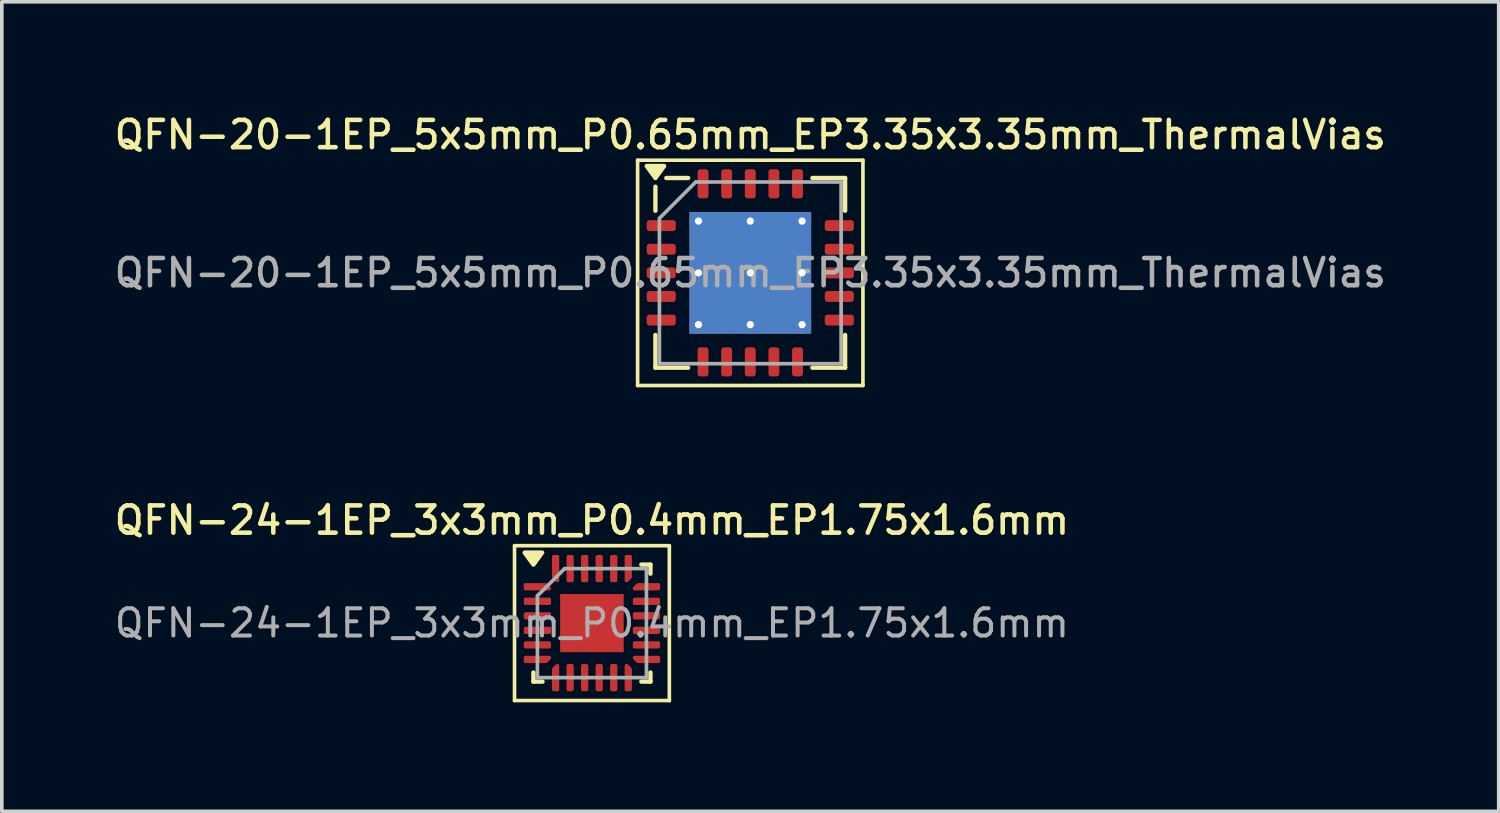
<source format=kicad_pcb>
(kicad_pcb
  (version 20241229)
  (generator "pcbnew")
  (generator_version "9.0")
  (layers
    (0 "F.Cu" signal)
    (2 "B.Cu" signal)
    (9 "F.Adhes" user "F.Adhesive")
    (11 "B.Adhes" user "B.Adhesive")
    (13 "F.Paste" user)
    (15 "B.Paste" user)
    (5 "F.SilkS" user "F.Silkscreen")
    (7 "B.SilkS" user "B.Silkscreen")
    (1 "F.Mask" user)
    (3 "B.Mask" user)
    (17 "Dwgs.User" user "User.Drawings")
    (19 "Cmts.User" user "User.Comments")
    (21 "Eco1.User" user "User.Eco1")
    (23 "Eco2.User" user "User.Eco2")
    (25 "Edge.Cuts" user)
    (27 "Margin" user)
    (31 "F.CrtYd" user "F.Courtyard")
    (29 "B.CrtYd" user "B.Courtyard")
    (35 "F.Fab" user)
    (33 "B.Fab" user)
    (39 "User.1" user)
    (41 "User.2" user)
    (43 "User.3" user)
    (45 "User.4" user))
  (footprint "QFN-20-1EP_5x5mm_P0.65mm_EP3.35x3.35mm_ThermalVias"
    (layer "F.Cu")
    (at 17.595 4.458)
    (property "Reference" "QFN-20-1EP_5x5mm_P0.65mm_EP3.35x3.35mm_ThermalVias" (at 0 -3.8 0) (layer "F.SilkS") (effects (font (size 0.75 0.75) (thickness 0.125))))
    (attr smd)
    (fp_line (start -3.1 -3.1) (end -3.1 3.1) (stroke (width 0.1) (type solid)) (layer "F.SilkS"))
    (fp_line (start -3.1 3.1) (end 3.1 3.1) (stroke (width 0.1) (type solid)) (layer "F.SilkS"))
    (fp_line (start -2.61 -1.71) (end -2.61 -2.37) (stroke (width 0.12) (type solid)) (layer "F.SilkS"))
    (fp_line (start -2.61 2.61) (end -2.61 1.71) (stroke (width 0.12) (type solid)) (layer "F.SilkS"))
    (fp_line (start -1.71 -2.61) (end -2.31 -2.61) (stroke (width 0.12) (type solid)) (layer "F.SilkS"))
    (fp_line (start -1.71 2.61) (end -2.61 2.61) (stroke (width 0.12) (type solid)) (layer "F.SilkS"))
    (fp_line (start 1.71 -2.61) (end 2.61 -2.61) (stroke (width 0.12) (type solid)) (layer "F.SilkS"))
    (fp_line (start 1.71 2.61) (end 2.61 2.61) (stroke (width 0.12) (type solid)) (layer "F.SilkS"))
    (fp_line (start 2.61 -2.61) (end 2.61 -1.71) (stroke (width 0.12) (type solid)) (layer "F.SilkS"))
    (fp_line (start 2.61 2.61) (end 2.61 1.71) (stroke (width 0.12) (type solid)) (layer "F.SilkS"))
    (fp_line (start 3.1 -3.1) (end -3.1 -3.1) (stroke (width 0.1) (type solid)) (layer "F.SilkS"))
    (fp_line (start 3.1 3.1) (end 3.1 -3.1) (stroke (width 0.1) (type solid)) (layer "F.SilkS"))
    (fp_poly (pts (xy -2.61 -2.61) (xy -2.85 -2.94) (xy -2.37 -2.94) (xy -2.61 -2.61)) (stroke (width 0.12) (type solid)) (fill yes) (layer "F.SilkS"))
    (fp_line (start -2.5 -1.5) (end -1.5 -2.5) (stroke (width 0.1) (type solid)) (layer "F.Fab"))
    (fp_line (start -2.5 2.5) (end -2.5 -1.5) (stroke (width 0.1) (type solid)) (layer "F.Fab"))
    (fp_line (start -1.5 -2.5) (end 2.5 -2.5) (stroke (width 0.1) (type solid)) (layer "F.Fab"))
    (fp_line (start 2.5 -2.5) (end 2.5 2.5) (stroke (width 0.1) (type solid)) (layer "F.Fab"))
    (fp_line (start 2.5 2.5) (end -2.5 2.5) (stroke (width 0.1) (type solid)) (layer "F.Fab"))
    (fp_text user "${REFERENCE}" (at 0 0 0) (layer "F.Fab") (effects (font (size 0.75 0.75) (thickness 0.125))))
    (pad "" smd roundrect (at -0.84 -0.84) (size 1.45 1.45) (layers "F.Paste") (roundrect_rratio 0.172))
    (pad "" smd roundrect (at -0.84 0.84) (size 1.45 1.45) (layers "F.Paste") (roundrect_rratio 0.172))
    (pad "" smd roundrect (at 0.84 -0.84) (size 1.45 1.45) (layers "F.Paste") (roundrect_rratio 0.172))
    (pad "" smd roundrect (at 0.84 0.84) (size 1.45 1.45) (layers "F.Paste") (roundrect_rratio 0.172))
    (pad "1" smd roundrect (at -2.45 -1.3) (size 0.8 0.3) (layers "F.Cu" "F.Mask" "F.Paste") (roundrect_rratio 0.25))
    (pad "2" smd roundrect (at -2.45 -0.65) (size 0.8 0.3) (layers "F.Cu" "F.Mask" "F.Paste") (roundrect_rratio 0.25))
    (pad "3" smd roundrect (at -2.45 0) (size 0.8 0.3) (layers "F.Cu" "F.Mask" "F.Paste") (roundrect_rratio 0.25))
    (pad "4" smd roundrect (at -2.45 0.65) (size 0.8 0.3) (layers "F.Cu" "F.Mask" "F.Paste") (roundrect_rratio 0.25))
    (pad "5" smd roundrect (at -2.45 1.3) (size 0.8 0.3) (layers "F.Cu" "F.Mask" "F.Paste") (roundrect_rratio 0.25))
    (pad "6" smd roundrect (at -1.3 2.45) (size 0.3 0.8) (layers "F.Cu" "F.Mask" "F.Paste") (roundrect_rratio 0.25))
    (pad "7" smd roundrect (at -0.65 2.45) (size 0.3 0.8) (layers "F.Cu" "F.Mask" "F.Paste") (roundrect_rratio 0.25))
    (pad "8" smd roundrect (at 0 2.45) (size 0.3 0.8) (layers "F.Cu" "F.Mask" "F.Paste") (roundrect_rratio 0.25))
    (pad "9" smd roundrect (at 0.65 2.45) (size 0.3 0.8) (layers "F.Cu" "F.Mask" "F.Paste") (roundrect_rratio 0.25))
    (pad "10" smd roundrect (at 1.3 2.45) (size 0.3 0.8) (layers "F.Cu" "F.Mask" "F.Paste") (roundrect_rratio 0.25))
    (pad "11" smd roundrect (at 2.45 1.3) (size 0.8 0.3) (layers "F.Cu" "F.Mask" "F.Paste") (roundrect_rratio 0.25))
    (pad "12" smd roundrect (at 2.45 0.65) (size 0.8 0.3) (layers "F.Cu" "F.Mask" "F.Paste") (roundrect_rratio 0.25))
    (pad "13" smd roundrect (at 2.45 0) (size 0.8 0.3) (layers "F.Cu" "F.Mask" "F.Paste") (roundrect_rratio 0.25))
    (pad "14" smd roundrect (at 2.45 -0.65) (size 0.8 0.3) (layers "F.Cu" "F.Mask" "F.Paste") (roundrect_rratio 0.25))
    (pad "15" smd roundrect (at 2.45 -1.3) (size 0.8 0.3) (layers "F.Cu" "F.Mask" "F.Paste") (roundrect_rratio 0.25))
    (pad "16" smd roundrect (at 1.3 -2.45) (size 0.3 0.8) (layers "F.Cu" "F.Mask" "F.Paste") (roundrect_rratio 0.25))
    (pad "17" smd roundrect (at 0.65 -2.45) (size 0.3 0.8) (layers "F.Cu" "F.Mask" "F.Paste") (roundrect_rratio 0.25))
    (pad "18" smd roundrect (at 0 -2.45) (size 0.3 0.8) (layers "F.Cu" "F.Mask" "F.Paste") (roundrect_rratio 0.25))
    (pad "19" smd roundrect (at -0.65 -2.45) (size 0.3 0.8) (layers "F.Cu" "F.Mask" "F.Paste") (roundrect_rratio 0.25))
    (pad "20" smd roundrect (at -1.3 -2.45) (size 0.3 0.8) (layers "F.Cu" "F.Mask" "F.Paste") (roundrect_rratio 0.25))
    (pad "21" thru_hole circle (at -1.425 -1.425) (size 0.5 0.5) (drill 0.2) (property pad_prop_heatsink) (layers "*.Cu"))
    (pad "21" thru_hole circle (at -1.425 0) (size 0.5 0.5) (drill 0.2) (property pad_prop_heatsink) (layers "*.Cu"))
    (pad "21" thru_hole circle (at -1.425 1.425) (size 0.5 0.5) (drill 0.2) (property pad_prop_heatsink) (layers "*.Cu"))
    (pad "21" thru_hole circle (at 0 -1.425) (size 0.5 0.5) (drill 0.2) (property pad_prop_heatsink) (layers "*.Cu"))
    (pad "21" thru_hole circle (at 0 0) (size 0.5 0.5) (drill 0.2) (property pad_prop_heatsink) (layers "*.Cu"))
    (pad "21" smd rect (at 0 0) (size 3.35 3.35) (property pad_prop_heatsink) (layers "F.Cu" "F.Mask"))
    (pad "21" smd rect (at 0 0) (size 3.35 3.35) (property pad_prop_heatsink) (layers "B.Cu"))
    (pad "21" thru_hole circle (at 0 1.425) (size 0.5 0.5) (drill 0.2) (property pad_prop_heatsink) (layers "*.Cu"))
    (pad "21" thru_hole circle (at 1.425 -1.425) (size 0.5 0.5) (drill 0.2) (property pad_prop_heatsink) (layers "*.Cu"))
    (pad "21" thru_hole circle (at 1.425 0) (size 0.5 0.5) (drill 0.2) (property pad_prop_heatsink) (layers "*.Cu"))
    (pad "21" thru_hole circle (at 1.425 1.425) (size 0.5 0.5) (drill 0.2) (property pad_prop_heatsink) (layers "*.Cu")))
  (footprint "QFN-24-1EP_3x3mm_P0.4mm_EP1.75x1.6mm"
    (layer "F.Cu")
    (at 13.238 14.096)
    (property "Reference" "QFN-24-1EP_3x3mm_P0.4mm_EP1.75x1.6mm" (at 0 -2.83 0) (layer "F.SilkS") (effects (font (size 0.75 0.75) (thickness 0.125))))
    (attr smd)
    (fp_line (start -2.13 -2.13) (end -2.13 2.13) (stroke (width 0.1) (type solid)) (layer "F.SilkS"))
    (fp_line (start -2.13 2.13) (end 2.13 2.13) (stroke (width 0.1) (type solid)) (layer "F.SilkS"))
    (fp_line (start -1.61 1.61) (end -1.61 1.36) (stroke (width 0.12) (type solid)) (layer "F.SilkS"))
    (fp_line (start -1.36 1.61) (end -1.61 1.61) (stroke (width 0.12) (type solid)) (layer "F.SilkS"))
    (fp_line (start 1.36 -1.61) (end 1.61 -1.61) (stroke (width 0.12) (type solid)) (layer "F.SilkS"))
    (fp_line (start 1.36 1.61) (end 1.61 1.61) (stroke (width 0.12) (type solid)) (layer "F.SilkS"))
    (fp_line (start 1.61 -1.61) (end 1.61 -1.36) (stroke (width 0.12) (type solid)) (layer "F.SilkS"))
    (fp_line (start 1.61 1.61) (end 1.61 1.36) (stroke (width 0.12) (type solid)) (layer "F.SilkS"))
    (fp_line (start 2.13 -2.13) (end -2.13 -2.13) (stroke (width 0.1) (type solid)) (layer "F.SilkS"))
    (fp_line (start 2.13 2.13) (end 2.13 -2.13) (stroke (width 0.1) (type solid)) (layer "F.SilkS"))
    (fp_poly (pts (xy -1.61 -1.61) (xy -1.85 -1.94) (xy -1.37 -1.94) (xy -1.61 -1.61)) (stroke (width 0.12) (type solid)) (fill yes) (layer "F.SilkS"))
    (fp_line (start -1.5 -0.75) (end -0.75 -1.5) (stroke (width 0.1) (type solid)) (layer "F.Fab"))
    (fp_line (start -1.5 1.5) (end -1.5 -0.75) (stroke (width 0.1) (type solid)) (layer "F.Fab"))
    (fp_line (start -0.75 -1.5) (end 1.5 -1.5) (stroke (width 0.1) (type solid)) (layer "F.Fab"))
    (fp_line (start 1.5 -1.5) (end 1.5 1.5) (stroke (width 0.1) (type solid)) (layer "F.Fab"))
    (fp_line (start 1.5 1.5) (end -1.5 1.5) (stroke (width 0.1) (type solid)) (layer "F.Fab"))
    (fp_text user "${REFERENCE}" (at 0 0 0) (layer "F.Fab") (effects (font (size 0.75 0.75) (thickness 0.11))))
    (pad "" smd roundrect (at -0.44 -0.4) (size 0.71 0.64) (layers "F.Paste") (roundrect_rratio 0.25))
    (pad "" smd roundrect (at -0.44 0.4) (size 0.71 0.64) (layers "F.Paste") (roundrect_rratio 0.25))
    (pad "" smd roundrect (at 0.44 -0.4) (size 0.71 0.64) (layers "F.Paste") (roundrect_rratio 0.25))
    (pad "" smd roundrect (at 0.44 0.4) (size 0.71 0.64) (layers "F.Paste") (roundrect_rratio 0.25))
    (pad "1" smd custom (at -1.5 -1) (size 0.115 0.115) (layers "F.Cu" "F.Mask" "F.Paste") (options (anchor circle)) (primitives (gr_poly (pts (xy -0.335 -0.06) (xy 0.238 -0.06) (xy 0.335 0.037) (xy 0.335 0.06) (xy -0.335 0.06)) (width 0.08) (fill yes))))
    (pad "2" smd roundrect (at -1.5 -0.6) (size 0.75 0.2) (layers "F.Cu" "F.Mask" "F.Paste") (roundrect_rratio 0.25))
    (pad "3" smd roundrect (at -1.5 -0.2) (size 0.75 0.2) (layers "F.Cu" "F.Mask" "F.Paste") (roundrect_rratio 0.25))
    (pad "4" smd roundrect (at -1.5 0.2) (size 0.75 0.2) (layers "F.Cu" "F.Mask" "F.Paste") (roundrect_rratio 0.25))
    (pad "5" smd roundrect (at -1.5 0.6) (size 0.75 0.2) (layers "F.Cu" "F.Mask" "F.Paste") (roundrect_rratio 0.25))
    (pad "6" smd custom (at -1.5 1) (size 0.115 0.115) (layers "F.Cu" "F.Mask" "F.Paste") (options (anchor circle)) (primitives (gr_poly (pts (xy -0.335 -0.06) (xy 0.335 -0.06) (xy 0.335 -0.037) (xy 0.238 0.06) (xy -0.335 0.06)) (width 0.08) (fill yes))))
    (pad "7" smd custom (at -1 1.5) (size 0.115 0.115) (layers "F.Cu" "F.Mask" "F.Paste") (options (anchor circle)) (primitives (gr_poly (pts (xy -0.06 -0.238) (xy 0.037 -0.335) (xy 0.06 -0.335) (xy 0.06 0.335) (xy -0.06 0.335)) (width 0.08) (fill yes))))
    (pad "8" smd roundrect (at -0.6 1.5) (size 0.2 0.75) (layers "F.Cu" "F.Mask" "F.Paste") (roundrect_rratio 0.25))
    (pad "9" smd roundrect (at -0.2 1.5) (size 0.2 0.75) (layers "F.Cu" "F.Mask" "F.Paste") (roundrect_rratio 0.25))
    (pad "10" smd roundrect (at 0.2 1.5) (size 0.2 0.75) (layers "F.Cu" "F.Mask" "F.Paste") (roundrect_rratio 0.25))
    (pad "11" smd roundrect (at 0.6 1.5) (size 0.2 0.75) (layers "F.Cu" "F.Mask" "F.Paste") (roundrect_rratio 0.25))
    (pad "12" smd custom (at 1 1.5) (size 0.115 0.115) (layers "F.Cu" "F.Mask" "F.Paste") (options (anchor circle)) (primitives (gr_poly (pts (xy -0.06 -0.335) (xy -0.037 -0.335) (xy 0.06 -0.238) (xy 0.06 0.335) (xy -0.06 0.335)) (width 0.08) (fill yes))))
    (pad "13" smd custom (at 1.5 1) (size 0.115 0.115) (layers "F.Cu" "F.Mask" "F.Paste") (options (anchor circle)) (primitives (gr_poly (pts (xy -0.335 -0.06) (xy 0.335 -0.06) (xy 0.335 0.06) (xy -0.238 0.06) (xy -0.335 -0.037)) (width 0.08) (fill yes))))
    (pad "14" smd roundrect (at 1.5 0.6) (size 0.75 0.2) (layers "F.Cu" "F.Mask" "F.Paste") (roundrect_rratio 0.25))
    (pad "15" smd roundrect (at 1.5 0.2) (size 0.75 0.2) (layers "F.Cu" "F.Mask" "F.Paste") (roundrect_rratio 0.25))
    (pad "16" smd roundrect (at 1.5 -0.2) (size 0.75 0.2) (layers "F.Cu" "F.Mask" "F.Paste") (roundrect_rratio 0.25))
    (pad "17" smd roundrect (at 1.5 -0.6) (size 0.75 0.2) (layers "F.Cu" "F.Mask" "F.Paste") (roundrect_rratio 0.25))
    (pad "18" smd custom (at 1.5 -1) (size 0.115 0.115) (layers "F.Cu" "F.Mask" "F.Paste") (options (anchor circle)) (primitives (gr_poly (pts (xy -0.335 0.037) (xy -0.238 -0.06) (xy 0.335 -0.06) (xy 0.335 0.06) (xy -0.335 0.06)) (width 0.08) (fill yes))))
    (pad "19" smd custom (at 1 -1.5) (size 0.115 0.115) (layers "F.Cu" "F.Mask" "F.Paste") (options (anchor circle)) (primitives (gr_poly (pts (xy -0.06 -0.335) (xy 0.06 -0.335) (xy 0.06 0.238) (xy -0.037 0.335) (xy -0.06 0.335)) (width 0.08) (fill yes))))
    (pad "20" smd roundrect (at 0.6 -1.5) (size 0.2 0.75) (layers "F.Cu" "F.Mask" "F.Paste") (roundrect_rratio 0.25))
    (pad "21" smd roundrect (at 0.2 -1.5) (size 0.2 0.75) (layers "F.Cu" "F.Mask" "F.Paste") (roundrect_rratio 0.25))
    (pad "22" smd roundrect (at -0.2 -1.5) (size 0.2 0.75) (layers "F.Cu" "F.Mask" "F.Paste") (roundrect_rratio 0.25))
    (pad "23" smd roundrect (at -0.6 -1.5) (size 0.2 0.75) (layers "F.Cu" "F.Mask" "F.Paste") (roundrect_rratio 0.25))
    (pad "24" smd custom (at -1 -1.5) (size 0.115 0.115) (layers "F.Cu" "F.Mask" "F.Paste") (options (anchor circle)) (primitives (gr_poly (pts (xy -0.06 -0.335) (xy 0.06 -0.335) (xy 0.06 0.335) (xy 0.037 0.335) (xy -0.06 0.238)) (width 0.08) (fill yes))))
    (pad "25" smd rect (at 0 0) (size 1.75 1.6) (property pad_prop_heatsink) (layers "F.Cu" "F.Mask")))
  (gr_rect
    (start -3 -3)
    (end 38.189 19.276)
    (stroke (width 0.1) (type default))
    (fill no)
    (layer "Edge.Cuts")))
</source>
